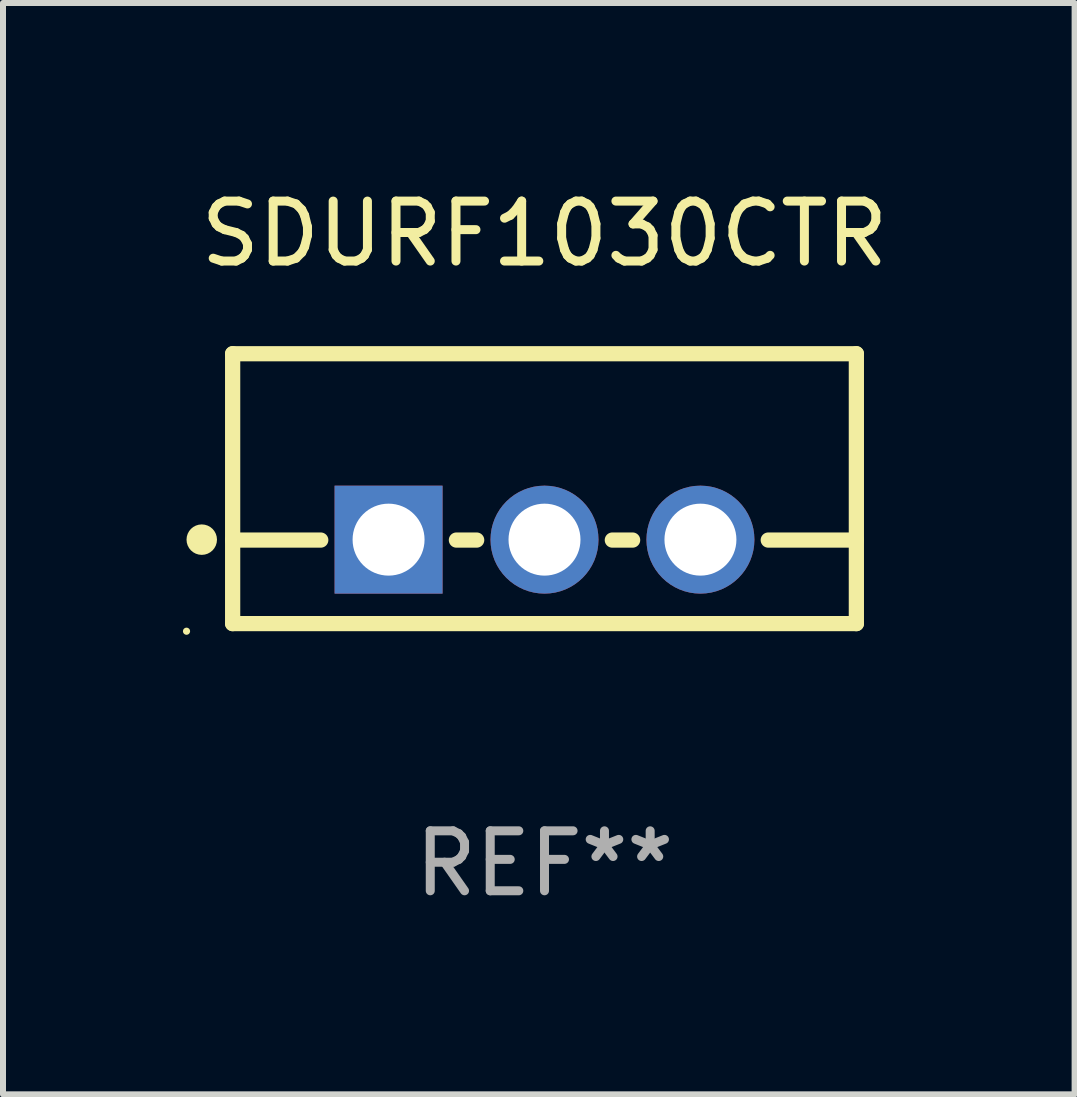
<source format=kicad_pcb>
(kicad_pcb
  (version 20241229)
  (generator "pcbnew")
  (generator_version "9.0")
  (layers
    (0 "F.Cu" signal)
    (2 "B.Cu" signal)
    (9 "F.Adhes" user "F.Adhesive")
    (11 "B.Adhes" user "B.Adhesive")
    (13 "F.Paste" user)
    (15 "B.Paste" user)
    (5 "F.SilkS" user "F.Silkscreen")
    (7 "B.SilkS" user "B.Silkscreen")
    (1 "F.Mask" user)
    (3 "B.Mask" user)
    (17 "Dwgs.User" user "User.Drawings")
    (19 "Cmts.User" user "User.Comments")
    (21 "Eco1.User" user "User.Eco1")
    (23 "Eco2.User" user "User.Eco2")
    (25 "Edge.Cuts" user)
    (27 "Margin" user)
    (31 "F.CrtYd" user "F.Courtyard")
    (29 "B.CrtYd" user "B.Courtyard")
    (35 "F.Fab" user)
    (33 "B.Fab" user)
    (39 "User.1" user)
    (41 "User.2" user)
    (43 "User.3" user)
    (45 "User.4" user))
  (footprint "SDURF1030CTR"
    (layer "F.Cu")
    (at 6.029 5.098)
    (property "Reference" "SDURF1030CTR" (at 0 -4.25 0) (layer "F.SilkS") (effects (font (size 1 1) (thickness 0.15))))
    (attr through_hole)
    (fp_line (start -5.2 -2.25) (end -5.2 2.25) (stroke (width 0.254) (type solid)) (layer "F.SilkS"))
    (fp_line (start -5.2 -2.25) (end 5.2 -2.25) (stroke (width 0.254) (type solid)) (layer "F.SilkS"))
    (fp_line (start -5.2 0.857) (end -3.731 0.857) (stroke (width 0.254) (type solid)) (layer "F.SilkS"))
    (fp_line (start -5.2 2.25) (end 5.2 2.25) (stroke (width 0.254) (type solid)) (layer "F.SilkS"))
    (fp_line (start -1.469 0.857) (end -1.131 0.857) (stroke (width 0.254) (type solid)) (layer "F.SilkS"))
    (fp_line (start 1.131 0.857) (end 1.469 0.857) (stroke (width 0.254) (type solid)) (layer "F.SilkS"))
    (fp_line (start 3.731 0.857) (end 5.2 0.857) (stroke (width 0.254) (type solid)) (layer "F.SilkS"))
    (fp_line (start 5.2 -2.25) (end 5.2 2.25) (stroke (width 0.254) (type solid)) (layer "F.SilkS"))
    (fp_circle (center -5.969 2.377) (end -5.939 2.377) (stroke (width 0.06) (type solid)) (fill no) (layer "F.SilkS"))
    (fp_circle (center -5.715 0.85) (end -5.588 0.85) (stroke (width 0.254) (type solid)) (fill no) (layer "F.SilkS"))
    (fp_text user "REF**" (at 0 6.25 0) (layer "F.Fab") (effects (font (size 1 1) (thickness 0.15))))
    (pad "1" thru_hole rect (at -2.6 0.85) (size 1.8 1.8) (drill 1.2) (layers "*.Cu" "*.Mask"))
    (pad "2" thru_hole circle (at 0 0.85) (size 1.8 1.8) (drill 1.2) (layers "*.Cu" "*.Mask"))
    (pad "3" thru_hole circle (at 2.6 0.85) (size 1.8 1.8) (drill 1.2) (layers "*.Cu" "*.Mask")))
  (gr_rect
    (start -3 -3)
    (end 14.868 15.197)
    (stroke (width 0.1) (type default))
    (fill no)
    (layer "Edge.Cuts")))
</source>
